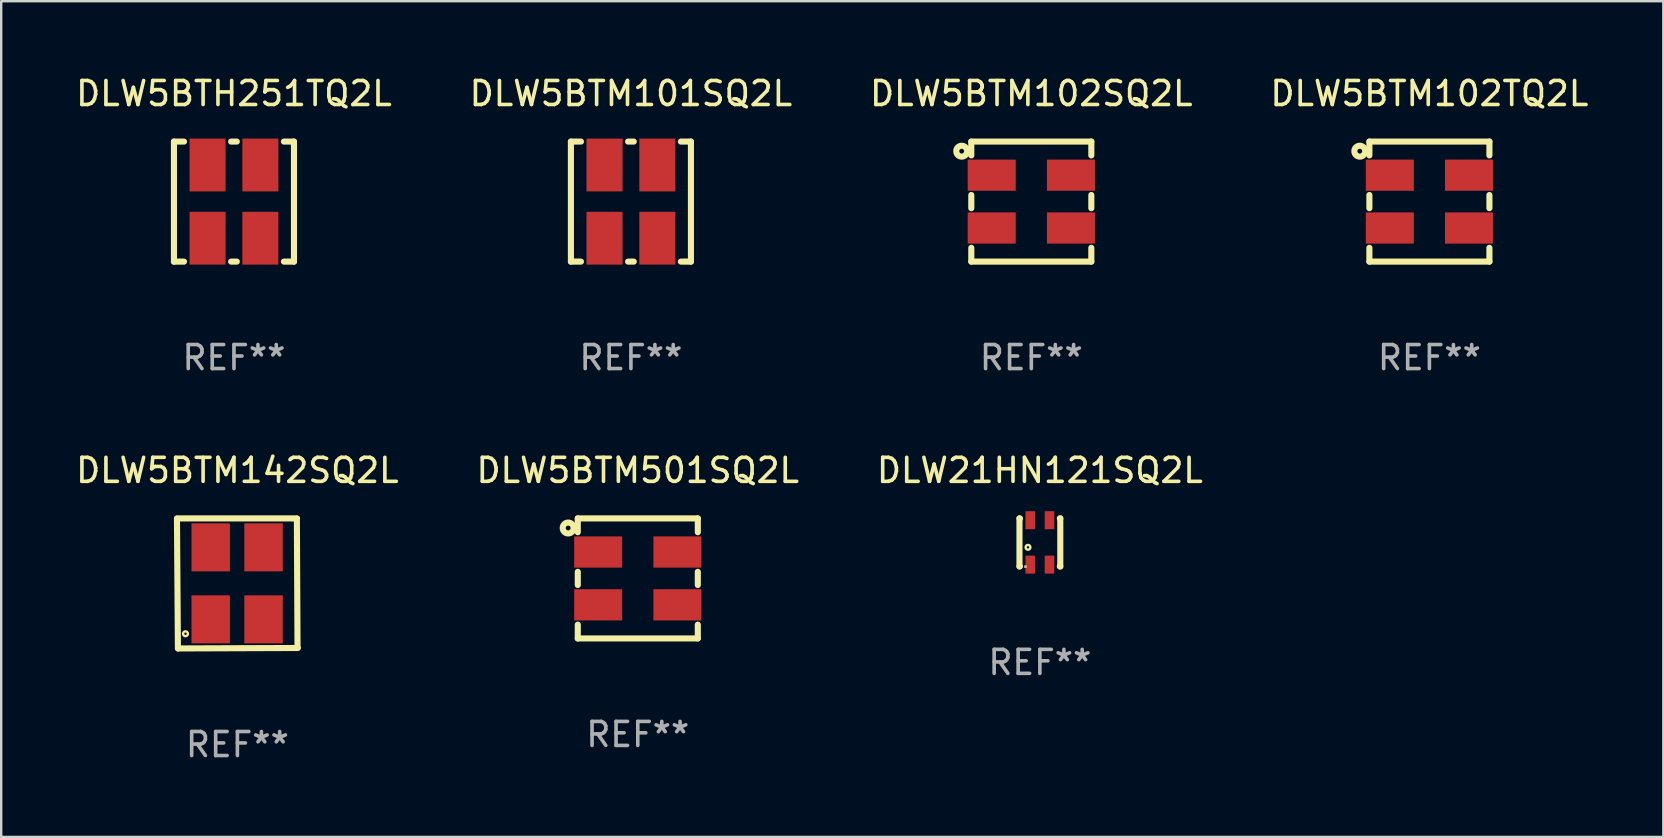
<source format=kicad_pcb>
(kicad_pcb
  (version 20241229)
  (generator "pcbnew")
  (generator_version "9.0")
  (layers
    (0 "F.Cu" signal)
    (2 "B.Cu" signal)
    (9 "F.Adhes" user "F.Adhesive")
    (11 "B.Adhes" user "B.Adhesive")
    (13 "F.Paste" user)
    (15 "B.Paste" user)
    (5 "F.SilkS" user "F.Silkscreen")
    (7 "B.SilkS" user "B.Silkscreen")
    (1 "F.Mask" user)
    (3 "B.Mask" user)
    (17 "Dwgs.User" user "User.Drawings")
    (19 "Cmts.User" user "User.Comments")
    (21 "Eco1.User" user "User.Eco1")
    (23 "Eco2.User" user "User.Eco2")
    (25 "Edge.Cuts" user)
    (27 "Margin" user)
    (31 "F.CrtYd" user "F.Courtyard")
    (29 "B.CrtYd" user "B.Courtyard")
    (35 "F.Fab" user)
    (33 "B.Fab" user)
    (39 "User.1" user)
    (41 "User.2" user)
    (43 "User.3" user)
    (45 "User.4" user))
  (footprint "DLW5BTM142SQ2L"
    (layer "F.Cu")
    (at 6.839 21.256)
    (property "Reference" "DLW5BTM142SQ2L" (at 0 -4.711 0) (layer "F.SilkS") (effects (font (size 1 1) (thickness 0.15))))
    (attr through_hole)
    (fp_line (start -2.517 -2.699) (end -2.478 2.711) (stroke (width 0.254) (type solid)) (layer "F.SilkS"))
    (fp_line (start -2.516 -2.711) (end 2.484 -2.711) (stroke (width 0.254) (type solid)) (layer "F.SilkS"))
    (fp_line (start -2.445 2.706) (end 2.517 2.687) (stroke (width 0.254) (type solid)) (layer "F.SilkS"))
    (fp_line (start 2.505 2.656) (end 2.478 -2.699) (stroke (width 0.254) (type solid)) (layer "F.SilkS"))
    (fp_circle (center -2.512 2.494) (end -2.482 2.494) (stroke (width 0.06) (type solid)) (fill no) (layer "F.SilkS"))
    (fp_circle (center -2.162 2.094) (end -2.061 2.094) (stroke (width 0.1) (type solid)) (fill no) (layer "F.SilkS"))
    (fp_text user "REF**" (at 0 6.711 0) (layer "F.Fab") (effects (font (size 1 1) (thickness 0.15))))
    (pad "1" smd rect (at -1.112 1.493 270) (size 2 1.6) (layers "F.Cu" "F.Mask" "F.Paste"))
    (pad "2" smd rect (at -1.112 -1.506 270) (size 2 1.6) (layers "F.Cu" "F.Mask" "F.Paste"))
    (pad "3" smd rect (at 1.089 -1.506 270) (size 2 1.6) (layers "F.Cu" "F.Mask" "F.Paste"))
    (pad "4" smd rect (at 1.089 1.493 270) (size 2 1.6) (layers "F.Cu" "F.Mask" "F.Paste")))
  (footprint "DLW21HN121SQ2L"
    (layer "F.Cu")
    (at 40.268 19.545)
    (property "Reference" "DLW21HN121SQ2L" (at 0 -3 0) (layer "F.SilkS") (effects (font (size 1 1) (thickness 0.15))))
    (attr through_hole)
    (fp_line (start -0.85 -1) (end -0.831 -1) (stroke (width 0.254) (type solid)) (layer "F.SilkS"))
    (fp_line (start -0.85 1) (end -0.85 -1) (stroke (width 0.254) (type solid)) (layer "F.SilkS"))
    (fp_line (start -0.85 1) (end -0.831 1) (stroke (width 0.254) (type solid)) (layer "F.SilkS"))
    (fp_line (start 0.831 -1) (end 0.85 -1) (stroke (width 0.254) (type solid)) (layer "F.SilkS"))
    (fp_line (start 0.831 1) (end 0.85 1) (stroke (width 0.254) (type solid)) (layer "F.SilkS"))
    (fp_line (start 0.85 1) (end 0.85 -1) (stroke (width 0.254) (type solid)) (layer "F.SilkS"))
    (fp_circle (center -0.6 1.01) (end -0.57 1.01) (stroke (width 0.06) (type solid)) (fill no) (layer "F.SilkS"))
    (fp_circle (center -0.495 0.205) (end -0.395 0.205) (stroke (width 0.1) (type solid)) (fill no) (layer "F.SilkS"))
    (fp_circle (center -0.6 1.01) (end -0.57 1.01) (stroke (width 0.06) (type solid)) (fill no) (layer "F.Fab"))
    (fp_text user "REF**" (at 0 5 0) (layer "F.Fab") (effects (font (size 1 1) (thickness 0.15))))
    (pad "1" smd rect (at -0.4 0.925 90) (size 0.75 0.4) (layers "F.Cu" "F.Mask" "F.Paste"))
    (pad "2" smd rect (at -0.4 -0.925 90) (size 0.75 0.4) (layers "F.Cu" "F.Mask" "F.Paste"))
    (pad "3" smd rect (at 0.4 -0.925 90) (size 0.75 0.4) (layers "F.Cu" "F.Mask" "F.Paste"))
    (pad "4" smd rect (at 0.4 0.925 90) (size 0.75 0.4) (layers "F.Cu" "F.Mask" "F.Paste")))
  (footprint "DLW5BTM102TQ2L"
    (layer "F.Cu")
    (at 56.494 5.348)
    (property "Reference" "DLW5BTM102TQ2L" (at 0 -4.5 0) (layer "F.SilkS") (effects (font (size 1 1) (thickness 0.15))))
    (attr through_hole)
    (fp_line (start -2.5 -2.5) (end 2.5 -2.5) (stroke (width 0.254) (type solid)) (layer "F.SilkS"))
    (fp_line (start -2.5 -1.925) (end -2.5 -2.5) (stroke (width 0.254) (type solid)) (layer "F.SilkS"))
    (fp_line (start -2.5 0.275) (end -2.5 -0.275) (stroke (width 0.254) (type solid)) (layer "F.SilkS"))
    (fp_line (start -2.5 2.5) (end -2.5 1.925) (stroke (width 0.254) (type solid)) (layer "F.SilkS"))
    (fp_line (start 2.5 -2.5) (end 2.5 -1.925) (stroke (width 0.254) (type solid)) (layer "F.SilkS"))
    (fp_line (start 2.5 -0.275) (end 2.5 0.275) (stroke (width 0.254) (type solid)) (layer "F.SilkS"))
    (fp_line (start 2.5 1.925) (end 2.5 2.5) (stroke (width 0.254) (type solid)) (layer "F.SilkS"))
    (fp_line (start 2.5 2.5) (end -2.5 2.5) (stroke (width 0.254) (type solid)) (layer "F.SilkS"))
    (fp_circle (center -2.9 -2.1) (end -2.8 -2.1) (stroke (width 0.254) (type solid)) (fill no) (layer "F.SilkS"))
    (fp_circle (center -2.5 -2.5) (end -2.47 -2.5) (stroke (width 0.06) (type solid)) (fill no) (layer "F.SilkS"))
    (fp_text user "REF**" (at 0 6.5 0) (layer "F.Fab") (effects (font (size 1 1) (thickness 0.15))))
    (pad "1" smd rect (at -1.65 -1.1) (size 2 1.3) (layers "F.Cu" "F.Mask" "F.Paste"))
    (pad "2" smd rect (at -1.65 1.1) (size 2 1.3) (layers "F.Cu" "F.Mask" "F.Paste"))
    (pad "3" smd rect (at 1.65 1.1) (size 2 1.3) (layers "F.Cu" "F.Mask" "F.Paste"))
    (pad "4" smd rect (at 1.65 -1.1) (size 2 1.3) (layers "F.Cu" "F.Mask" "F.Paste")))
  (footprint "DLW5BTM102SQ2L"
    (layer "F.Cu")
    (at 39.911 5.348)
    (property "Reference" "DLW5BTM102SQ2L" (at 0 -4.5 0) (layer "F.SilkS") (effects (font (size 1 1) (thickness 0.15))))
    (attr through_hole)
    (fp_line (start -2.5 -2.5) (end 2.5 -2.5) (stroke (width 0.254) (type solid)) (layer "F.SilkS"))
    (fp_line (start -2.5 -1.925) (end -2.5 -2.5) (stroke (width 0.254) (type solid)) (layer "F.SilkS"))
    (fp_line (start -2.5 0.275) (end -2.5 -0.275) (stroke (width 0.254) (type solid)) (layer "F.SilkS"))
    (fp_line (start -2.5 2.5) (end -2.5 1.925) (stroke (width 0.254) (type solid)) (layer "F.SilkS"))
    (fp_line (start 2.5 -2.5) (end 2.5 -1.925) (stroke (width 0.254) (type solid)) (layer "F.SilkS"))
    (fp_line (start 2.5 -0.275) (end 2.5 0.275) (stroke (width 0.254) (type solid)) (layer "F.SilkS"))
    (fp_line (start 2.5 1.925) (end 2.5 2.5) (stroke (width 0.254) (type solid)) (layer "F.SilkS"))
    (fp_line (start 2.5 2.5) (end -2.5 2.5) (stroke (width 0.254) (type solid)) (layer "F.SilkS"))
    (fp_circle (center -2.9 -2.1) (end -2.8 -2.1) (stroke (width 0.254) (type solid)) (fill no) (layer "F.SilkS"))
    (fp_circle (center -2.5 -2.5) (end -2.47 -2.5) (stroke (width 0.06) (type solid)) (fill no) (layer "F.SilkS"))
    (fp_text user "REF**" (at 0 6.5 0) (layer "F.Fab") (effects (font (size 1 1) (thickness 0.15))))
    (pad "1" smd rect (at -1.65 -1.1) (size 2 1.3) (layers "F.Cu" "F.Mask" "F.Paste"))
    (pad "2" smd rect (at -1.65 1.1) (size 2 1.3) (layers "F.Cu" "F.Mask" "F.Paste"))
    (pad "3" smd rect (at 1.65 1.1) (size 2 1.3) (layers "F.Cu" "F.Mask" "F.Paste"))
    (pad "4" smd rect (at 1.65 -1.1) (size 2 1.3) (layers "F.Cu" "F.Mask" "F.Paste")))
  (footprint "DLW5BTH251TQ2L"
    (layer "F.Cu")
    (at 6.696 5.348)
    (property "Reference" "DLW5BTH251TQ2L" (at 0 -4.5 0) (layer "F.SilkS") (effects (font (size 1 1) (thickness 0.15))))
    (attr through_hole)
    (fp_line (start -2.5 -2.5) (end -2.081 -2.5) (stroke (width 0.254) (type solid)) (layer "F.SilkS"))
    (fp_line (start -2.5 2.5) (end -2.5 -2.5) (stroke (width 0.254) (type solid)) (layer "F.SilkS"))
    (fp_line (start -2.5 2.5) (end -2.081 2.5) (stroke (width 0.254) (type solid)) (layer "F.SilkS"))
    (fp_line (start -0.119 -2.5) (end 0.119 -2.5) (stroke (width 0.254) (type solid)) (layer "F.SilkS"))
    (fp_line (start -0.119 2.5) (end 0.119 2.5) (stroke (width 0.254) (type solid)) (layer "F.SilkS"))
    (fp_line (start 2.081 -2.5) (end 2.5 -2.5) (stroke (width 0.254) (type solid)) (layer "F.SilkS"))
    (fp_line (start 2.081 2.5) (end 2.5 2.5) (stroke (width 0.254) (type solid)) (layer "F.SilkS"))
    (fp_line (start 2.5 -2.5) (end 2.5 2.5) (stroke (width 0.254) (type solid)) (layer "F.SilkS"))
    (fp_circle (center 2.5 -2.5) (end 2.53 -2.5) (stroke (width 0.06) (type solid)) (fill no) (layer "F.SilkS"))
    (fp_text user "REF**" (at 0 6.5 0) (layer "F.Fab") (effects (font (size 1 1) (thickness 0.15))))
    (pad "1" smd rect (at 1.1 -1.525) (size 1.5 2.2) (layers "F.Cu" "F.Mask" "F.Paste"))
    (pad "2" smd rect (at -1.1 -1.525) (size 1.5 2.2) (layers "F.Cu" "F.Mask" "F.Paste"))
    (pad "3" smd rect (at -1.1 1.525) (size 1.5 2.2) (layers "F.Cu" "F.Mask" "F.Paste"))
    (pad "4" smd rect (at 1.1 1.525) (size 1.5 2.2) (layers "F.Cu" "F.Mask" "F.Paste")))
  (footprint "DLW5BTM101SQ2L"
    (layer "F.Cu")
    (at 23.232 5.348)
    (property "Reference" "DLW5BTM101SQ2L" (at 0 -4.5 0) (layer "F.SilkS") (effects (font (size 1 1) (thickness 0.15))))
    (attr through_hole)
    (fp_line (start -2.5 -2.5) (end -2.081 -2.5) (stroke (width 0.254) (type solid)) (layer "F.SilkS"))
    (fp_line (start -2.5 2.5) (end -2.5 -2.5) (stroke (width 0.254) (type solid)) (layer "F.SilkS"))
    (fp_line (start -2.5 2.5) (end -2.081 2.5) (stroke (width 0.254) (type solid)) (layer "F.SilkS"))
    (fp_line (start -0.119 -2.5) (end 0.119 -2.5) (stroke (width 0.254) (type solid)) (layer "F.SilkS"))
    (fp_line (start -0.119 2.5) (end 0.119 2.5) (stroke (width 0.254) (type solid)) (layer "F.SilkS"))
    (fp_line (start 2.081 -2.5) (end 2.5 -2.5) (stroke (width 0.254) (type solid)) (layer "F.SilkS"))
    (fp_line (start 2.081 2.5) (end 2.5 2.5) (stroke (width 0.254) (type solid)) (layer "F.SilkS"))
    (fp_line (start 2.5 -2.5) (end 2.5 2.5) (stroke (width 0.254) (type solid)) (layer "F.SilkS"))
    (fp_circle (center 2.5 -2.5) (end 2.53 -2.5) (stroke (width 0.06) (type solid)) (fill no) (layer "F.SilkS"))
    (fp_text user "REF**" (at 0 6.5 0) (layer "F.Fab") (effects (font (size 1 1) (thickness 0.15))))
    (pad "1" smd rect (at 1.1 -1.525) (size 1.5 2.2) (layers "F.Cu" "F.Mask" "F.Paste"))
    (pad "2" smd rect (at -1.1 -1.525) (size 1.5 2.2) (layers "F.Cu" "F.Mask" "F.Paste"))
    (pad "3" smd rect (at -1.1 1.525) (size 1.5 2.2) (layers "F.Cu" "F.Mask" "F.Paste"))
    (pad "4" smd rect (at 1.1 1.525) (size 1.5 2.2) (layers "F.Cu" "F.Mask" "F.Paste")))
  (footprint "DLW5BTM501SQ2L"
    (layer "F.Cu")
    (at 23.518 21.045)
    (property "Reference" "DLW5BTM501SQ2L" (at 0 -4.5 0) (layer "F.SilkS") (effects (font (size 1 1) (thickness 0.15))))
    (attr through_hole)
    (fp_line (start -2.5 -2.5) (end 2.5 -2.5) (stroke (width 0.254) (type solid)) (layer "F.SilkS"))
    (fp_line (start -2.5 -1.925) (end -2.5 -2.5) (stroke (width 0.254) (type solid)) (layer "F.SilkS"))
    (fp_line (start -2.5 0.275) (end -2.5 -0.275) (stroke (width 0.254) (type solid)) (layer "F.SilkS"))
    (fp_line (start -2.5 2.5) (end -2.5 1.925) (stroke (width 0.254) (type solid)) (layer "F.SilkS"))
    (fp_line (start 2.5 -2.5) (end 2.5 -1.925) (stroke (width 0.254) (type solid)) (layer "F.SilkS"))
    (fp_line (start 2.5 -0.275) (end 2.5 0.275) (stroke (width 0.254) (type solid)) (layer "F.SilkS"))
    (fp_line (start 2.5 1.925) (end 2.5 2.5) (stroke (width 0.254) (type solid)) (layer "F.SilkS"))
    (fp_line (start 2.5 2.5) (end -2.5 2.5) (stroke (width 0.254) (type solid)) (layer "F.SilkS"))
    (fp_circle (center -2.9 -2.1) (end -2.8 -2.1) (stroke (width 0.254) (type solid)) (fill no) (layer "F.SilkS"))
    (fp_circle (center -2.5 -2.5) (end -2.47 -2.5) (stroke (width 0.06) (type solid)) (fill no) (layer "F.SilkS"))
    (fp_text user "REF**" (at 0 6.5 0) (layer "F.Fab") (effects (font (size 1 1) (thickness 0.15))))
    (pad "1" smd rect (at -1.65 -1.1) (size 2 1.3) (layers "F.Cu" "F.Mask" "F.Paste"))
    (pad "2" smd rect (at -1.65 1.1) (size 2 1.3) (layers "F.Cu" "F.Mask" "F.Paste"))
    (pad "3" smd rect (at 1.65 1.1) (size 2 1.3) (layers "F.Cu" "F.Mask" "F.Paste"))
    (pad "4" smd rect (at 1.65 -1.1) (size 2 1.3) (layers "F.Cu" "F.Mask" "F.Paste")))
  (gr_rect
    (start -3 -3)
    (end 66.238 31.815)
    (stroke (width 0.1) (type default))
    (fill no)
    (layer "Edge.Cuts")))
</source>
